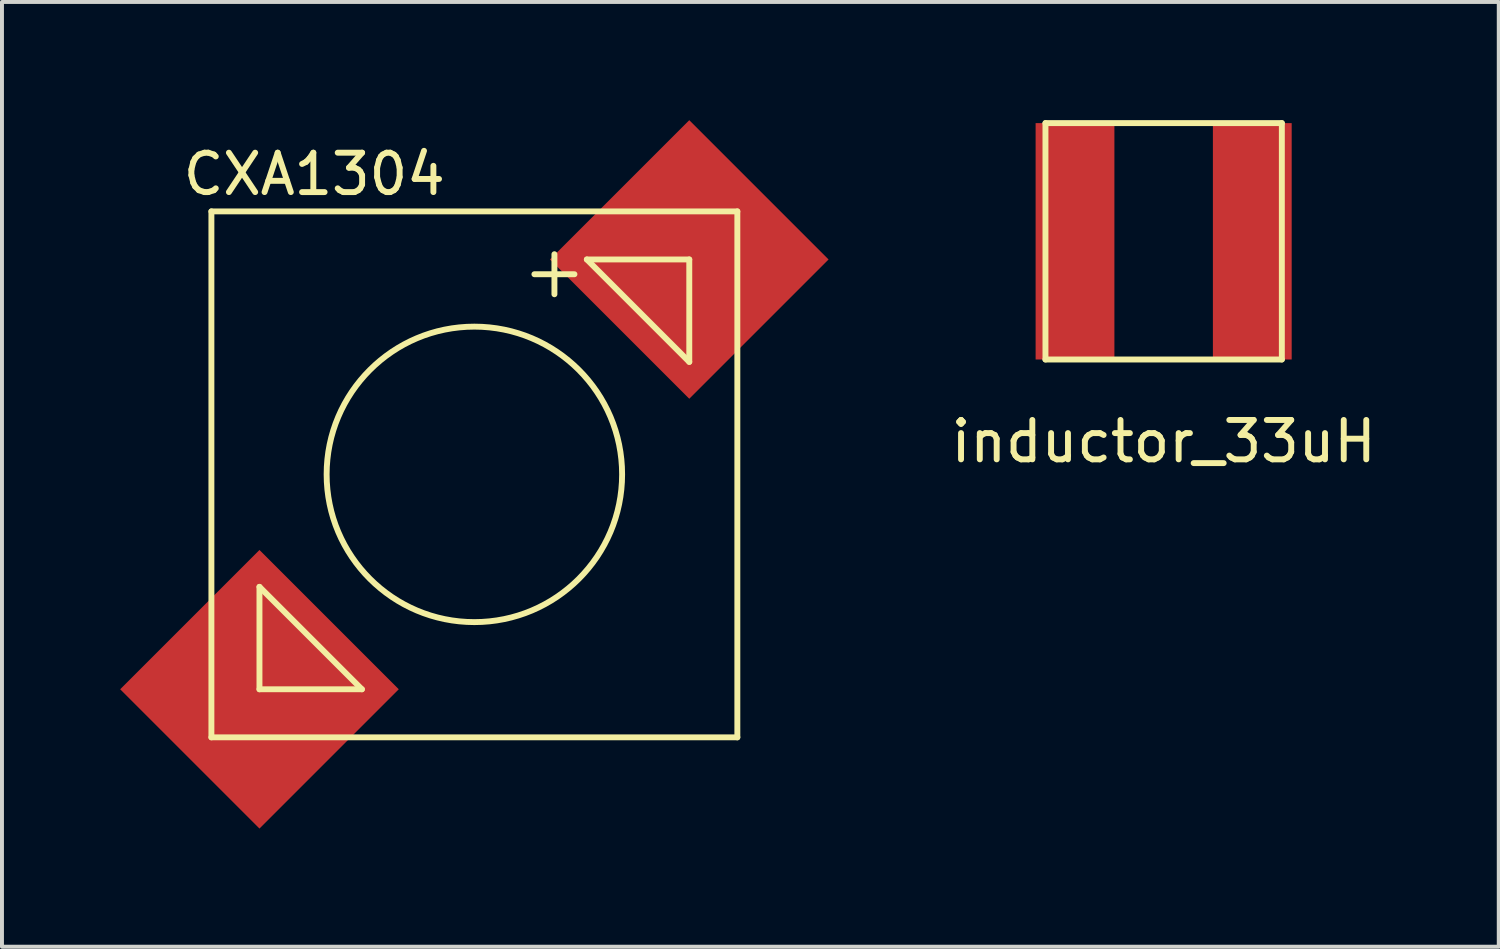
<source format=kicad_pcb>
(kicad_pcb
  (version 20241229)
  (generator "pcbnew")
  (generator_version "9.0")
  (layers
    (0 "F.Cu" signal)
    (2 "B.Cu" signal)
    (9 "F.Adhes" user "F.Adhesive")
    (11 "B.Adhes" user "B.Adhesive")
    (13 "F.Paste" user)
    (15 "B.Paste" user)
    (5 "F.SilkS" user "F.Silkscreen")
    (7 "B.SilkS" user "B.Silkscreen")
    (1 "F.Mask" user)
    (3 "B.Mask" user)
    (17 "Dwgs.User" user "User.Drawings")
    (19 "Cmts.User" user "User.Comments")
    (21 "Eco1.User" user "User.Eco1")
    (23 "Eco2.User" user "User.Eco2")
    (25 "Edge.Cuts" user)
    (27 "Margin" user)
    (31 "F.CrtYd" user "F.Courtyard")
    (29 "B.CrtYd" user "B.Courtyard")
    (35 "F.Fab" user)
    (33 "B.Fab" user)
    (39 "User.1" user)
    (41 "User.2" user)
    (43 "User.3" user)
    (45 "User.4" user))
  (footprint "CXA1304"
    (layer "F.Cu")
    (at 8.991 8.991)
    (property "Reference" "CXA1304" (at -4.064 -7.62 0) (layer "F.SilkS") (effects (font (size 1 1) (thickness 0.15))))
    (attr through_hole)
    (fp_line (start -6.675 -6.675) (end -6.675 6.675) (stroke (width 0.15) (type solid)) (layer "F.SilkS"))
    (fp_line (start -6.675 -6.675) (end 6.675 -6.675) (stroke (width 0.15) (type solid)) (layer "F.SilkS"))
    (fp_line (start -6.675 6.675) (end 6.675 6.675) (stroke (width 0.15) (type solid)) (layer "F.SilkS"))
    (fp_line (start -5.455 2.855) (end -5.455 5.455) (stroke (width 0.15) (type solid)) (layer "F.SilkS"))
    (fp_line (start -5.455 2.855) (end -2.855 5.455) (stroke (width 0.15) (type solid)) (layer "F.SilkS"))
    (fp_line (start -5.455 5.455) (end -2.855 5.455) (stroke (width 0.15) (type solid)) (layer "F.SilkS"))
    (fp_line (start 1.524 -5.08) (end 2.54 -5.08) (stroke (width 0.15) (type solid)) (layer "F.SilkS"))
    (fp_line (start 2.032 -5.588) (end 2.032 -4.572) (stroke (width 0.15) (type solid)) (layer "F.SilkS"))
    (fp_line (start 2.855 -5.455) (end 5.455 -5.455) (stroke (width 0.15) (type solid)) (layer "F.SilkS"))
    (fp_line (start 5.455 -5.455) (end 5.455 -2.855) (stroke (width 0.15) (type solid)) (layer "F.SilkS"))
    (fp_line (start 5.455 -2.855) (end 2.855 -5.455) (stroke (width 0.15) (type solid)) (layer "F.SilkS"))
    (fp_line (start 6.675 -6.675) (end 6.675 6.675) (stroke (width 0.15) (type solid)) (layer "F.SilkS"))
    (fp_circle (center 0 0) (end 0 3.75) (stroke (width 0.15) (type solid)) (fill no) (layer "F.SilkS"))
    (pad "1" smd rect (at -5.455 5.455 45) (size 5 5) (layers "F.Cu" "F.Mask" "F.Paste"))
    (pad "2" smd rect (at 5.455 -5.455 45) (size 5 5) (layers "F.Cu" "F.Mask" "F.Paste")))
  (footprint "inductor_33uH"
    (layer "F.Cu")
    (at 26.487 3.075)
    (property "Reference" "inductor_33uH" (at 0 5.08 0) (layer "F.SilkS") (effects (font (size 1 1) (thickness 0.15))))
    (attr through_hole)
    (fp_line (start -3 -3) (end 3 -3) (stroke (width 0.15) (type solid)) (layer "F.SilkS"))
    (fp_line (start -3 3) (end -3 -3) (stroke (width 0.15) (type solid)) (layer "F.SilkS"))
    (fp_line (start 3 -3) (end 3 3) (stroke (width 0.15) (type solid)) (layer "F.SilkS"))
    (fp_line (start 3 3) (end -3 3) (stroke (width 0.15) (type solid)) (layer "F.SilkS"))
    (pad "1" smd rect (at -2.25 0) (size 2 6) (layers "F.Cu" "F.Mask" "F.Paste"))
    (pad "2" smd rect (at 2.25 0) (size 2 6) (layers "F.Cu" "F.Mask" "F.Paste")))
  (gr_rect
    (start -3 -3)
    (end 34.993 20.981)
    (stroke (width 0.1) (type default))
    (fill no)
    (layer "Edge.Cuts")))
</source>
